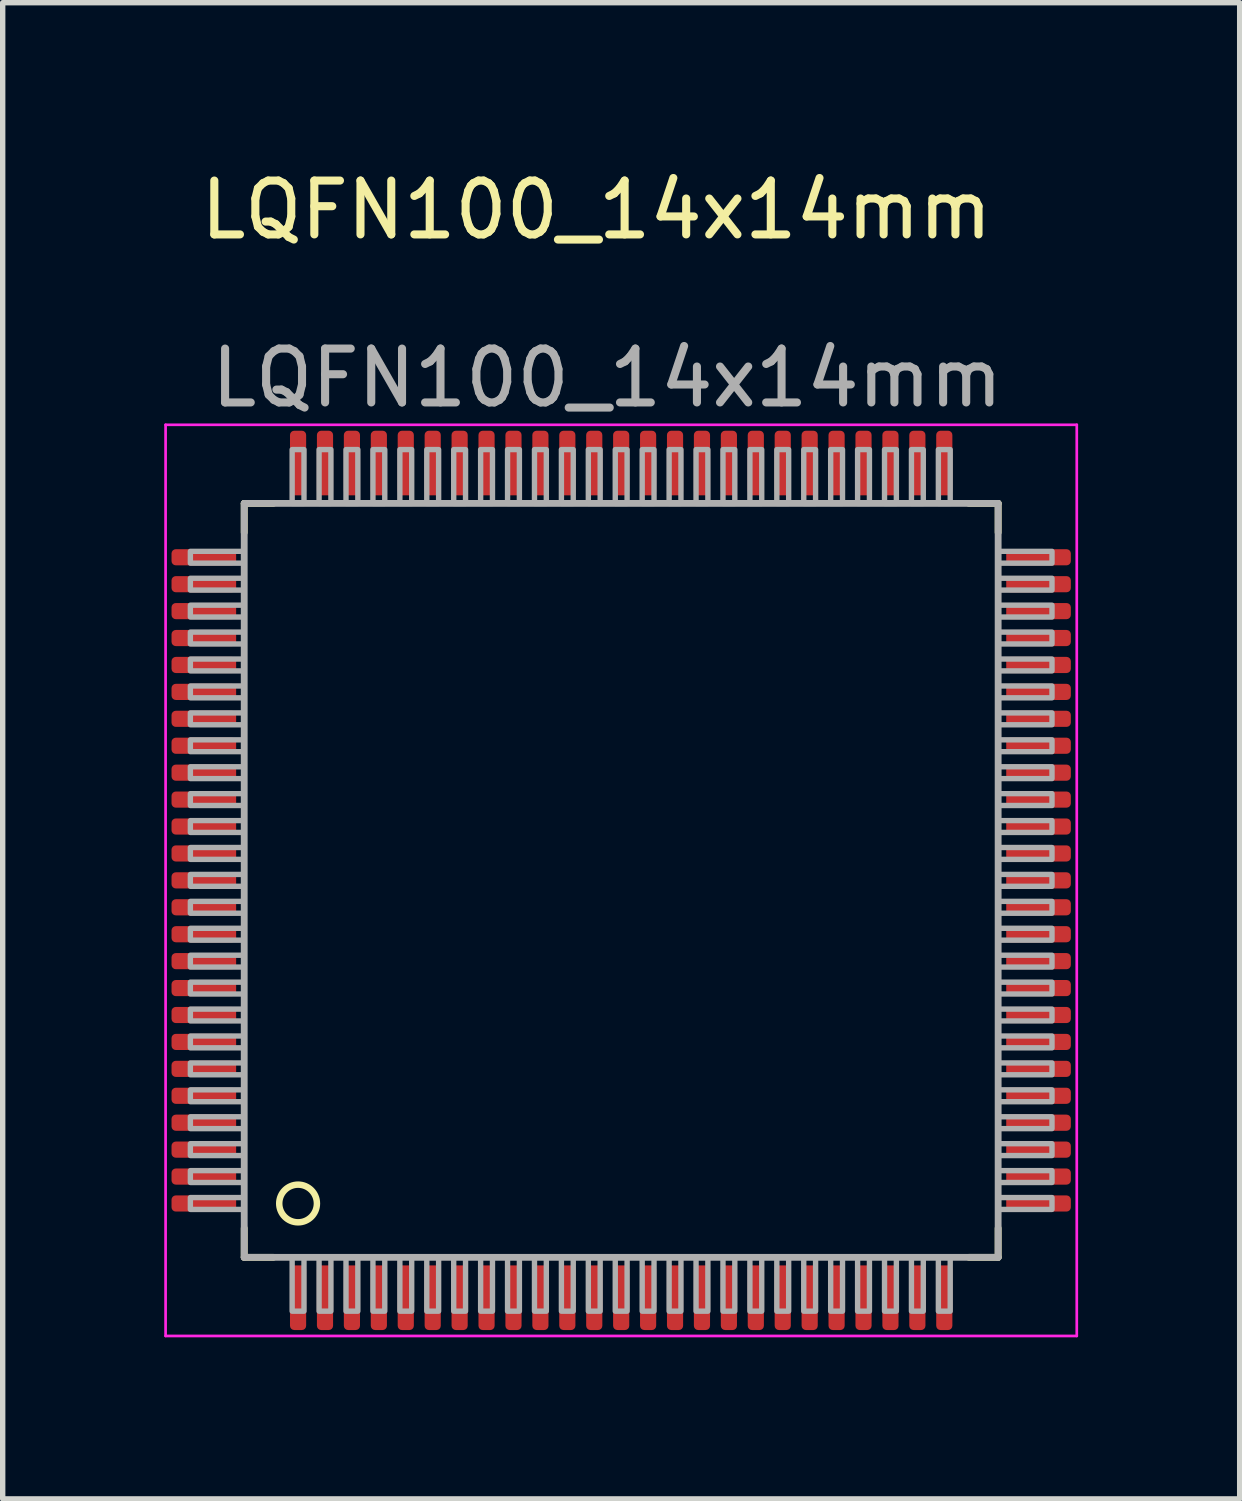
<source format=kicad_pcb>
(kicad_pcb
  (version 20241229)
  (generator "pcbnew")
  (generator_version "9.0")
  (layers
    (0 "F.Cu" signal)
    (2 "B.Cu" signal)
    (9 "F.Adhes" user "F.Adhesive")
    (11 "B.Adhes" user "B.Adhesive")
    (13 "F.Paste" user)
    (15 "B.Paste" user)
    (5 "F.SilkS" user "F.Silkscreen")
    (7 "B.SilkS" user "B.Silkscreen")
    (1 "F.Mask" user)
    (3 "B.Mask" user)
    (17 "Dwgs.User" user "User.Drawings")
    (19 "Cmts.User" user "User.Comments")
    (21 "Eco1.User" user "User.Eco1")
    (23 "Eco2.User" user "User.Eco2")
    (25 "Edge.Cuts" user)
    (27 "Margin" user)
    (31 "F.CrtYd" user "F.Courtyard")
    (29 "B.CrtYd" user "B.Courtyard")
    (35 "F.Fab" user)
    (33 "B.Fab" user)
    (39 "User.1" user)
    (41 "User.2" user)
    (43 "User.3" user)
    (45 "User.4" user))
  (footprint "LQFN100_14x14mm"
    (layer "F.Cu")
    (at 8.485 13.298)
    (property "Reference" "LQFN100_14x14mm" (at -0.46 -12.45 0) (unlocked yes) (layer "F.SilkS") (effects (font (size 1 1) (thickness 0.15))))
    (attr smd)
    (fp_line (start -7 -7) (end -7 -6.46) (stroke (width 0.127) (type solid)) (layer "F.SilkS"))
    (fp_line (start -7 -7) (end -6.46 -7) (stroke (width 0.127) (type solid)) (layer "F.SilkS"))
    (fp_line (start -7 7) (end -7 6.46) (stroke (width 0.127) (type solid)) (layer "F.SilkS"))
    (fp_line (start -7 7) (end -6.46 7) (stroke (width 0.127) (type solid)) (layer "F.SilkS"))
    (fp_line (start 7 -7) (end 6.46 -7) (stroke (width 0.127) (type solid)) (layer "F.SilkS"))
    (fp_line (start 7 -7) (end 7 -6.46) (stroke (width 0.127) (type solid)) (layer "F.SilkS"))
    (fp_line (start 7 7) (end 6.46 7) (stroke (width 0.127) (type solid)) (layer "F.SilkS"))
    (fp_line (start 7 7) (end 7 6.46) (stroke (width 0.127) (type solid)) (layer "F.SilkS"))
    (fp_circle (center -6 6) (end -6 6.35) (stroke (width 0.12) (type solid)) (fill no) (layer "F.SilkS"))
    (fp_line (start -8.46 -8.46) (end 8.46 -8.46) (stroke (width 0.05) (type solid)) (layer "F.CrtYd"))
    (fp_line (start -8.46 8.46) (end -8.46 -8.46) (stroke (width 0.05) (type solid)) (layer "F.CrtYd"))
    (fp_line (start -8.46 8.46) (end 8.46 8.46) (stroke (width 0.05) (type solid)) (layer "F.CrtYd"))
    (fp_line (start 8.46 8.46) (end 8.46 -8.46) (stroke (width 0.05) (type solid)) (layer "F.CrtYd"))
    (fp_line (start -7 7) (end -7 -7) (stroke (width 0.127) (type solid)) (layer "F.Fab"))
    (fp_line (start 7 -7) (end -7 -7) (stroke (width 0.127) (type solid)) (layer "F.Fab"))
    (fp_line (start 7 7) (end -7 7) (stroke (width 0.127) (type solid)) (layer "F.Fab"))
    (fp_line (start 7 7) (end 7 -7) (stroke (width 0.127) (type solid)) (layer "F.Fab"))
    (fp_poly (pts (xy -8 -6.11) (xy -8 -5.89) (xy -7 -5.89) (xy -7 -6.11)) (stroke (width 0.1) (type solid)) (fill no) (layer "F.Fab"))
    (fp_poly (pts (xy -8 -5.61) (xy -8 -5.39) (xy -7 -5.39) (xy -7 -5.61)) (stroke (width 0.1) (type solid)) (fill no) (layer "F.Fab"))
    (fp_poly (pts (xy -8 -5.11) (xy -8 -4.89) (xy -7 -4.89) (xy -7 -5.11)) (stroke (width 0.1) (type solid)) (fill no) (layer "F.Fab"))
    (fp_poly (pts (xy -8 -4.61) (xy -8 -4.39) (xy -7 -4.39) (xy -7 -4.61)) (stroke (width 0.1) (type solid)) (fill no) (layer "F.Fab"))
    (fp_poly (pts (xy -8 -4.11) (xy -8 -3.89) (xy -7 -3.89) (xy -7 -4.11)) (stroke (width 0.1) (type solid)) (fill no) (layer "F.Fab"))
    (fp_poly (pts (xy -8 -3.61) (xy -8 -3.39) (xy -7 -3.39) (xy -7 -3.61)) (stroke (width 0.1) (type solid)) (fill no) (layer "F.Fab"))
    (fp_poly (pts (xy -8 -3.11) (xy -8 -2.89) (xy -7 -2.89) (xy -7 -3.11)) (stroke (width 0.1) (type solid)) (fill no) (layer "F.Fab"))
    (fp_poly (pts (xy -8 -2.61) (xy -8 -2.39) (xy -7 -2.39) (xy -7 -2.61)) (stroke (width 0.1) (type solid)) (fill no) (layer "F.Fab"))
    (fp_poly (pts (xy -8 -2.11) (xy -8 -1.89) (xy -7 -1.89) (xy -7 -2.11)) (stroke (width 0.1) (type solid)) (fill no) (layer "F.Fab"))
    (fp_poly (pts (xy -8 -1.61) (xy -8 -1.39) (xy -7 -1.39) (xy -7 -1.61)) (stroke (width 0.1) (type solid)) (fill no) (layer "F.Fab"))
    (fp_poly (pts (xy -8 -1.11) (xy -8 -0.89) (xy -7 -0.89) (xy -7 -1.11)) (stroke (width 0.1) (type solid)) (fill no) (layer "F.Fab"))
    (fp_poly (pts (xy -8 -0.61) (xy -8 -0.39) (xy -7 -0.39) (xy -7 -0.61)) (stroke (width 0.1) (type solid)) (fill no) (layer "F.Fab"))
    (fp_poly (pts (xy -8 -0.11) (xy -8 0.11) (xy -7 0.11) (xy -7 -0.11)) (stroke (width 0.1) (type solid)) (fill no) (layer "F.Fab"))
    (fp_poly (pts (xy -8 0.39) (xy -8 0.61) (xy -7 0.61) (xy -7 0.39)) (stroke (width 0.1) (type solid)) (fill no) (layer "F.Fab"))
    (fp_poly (pts (xy -8 0.89) (xy -8 1.11) (xy -7 1.11) (xy -7 0.89)) (stroke (width 0.1) (type solid)) (fill no) (layer "F.Fab"))
    (fp_poly (pts (xy -8 1.39) (xy -8 1.61) (xy -7 1.61) (xy -7 1.39)) (stroke (width 0.1) (type solid)) (fill no) (layer "F.Fab"))
    (fp_poly (pts (xy -8 1.89) (xy -8 2.11) (xy -7 2.11) (xy -7 1.89)) (stroke (width 0.1) (type solid)) (fill no) (layer "F.Fab"))
    (fp_poly (pts (xy -8 2.39) (xy -8 2.61) (xy -7 2.61) (xy -7 2.39)) (stroke (width 0.1) (type solid)) (fill no) (layer "F.Fab"))
    (fp_poly (pts (xy -8 2.89) (xy -8 3.11) (xy -7 3.11) (xy -7 2.89)) (stroke (width 0.1) (type solid)) (fill no) (layer "F.Fab"))
    (fp_poly (pts (xy -8 3.39) (xy -8 3.61) (xy -7 3.61) (xy -7 3.39)) (stroke (width 0.1) (type solid)) (fill no) (layer "F.Fab"))
    (fp_poly (pts (xy -8 3.89) (xy -8 4.11) (xy -7 4.11) (xy -7 3.89)) (stroke (width 0.1) (type solid)) (fill no) (layer "F.Fab"))
    (fp_poly (pts (xy -8 4.39) (xy -8 4.61) (xy -7 4.61) (xy -7 4.39)) (stroke (width 0.1) (type solid)) (fill no) (layer "F.Fab"))
    (fp_poly (pts (xy -8 4.89) (xy -8 5.11) (xy -7 5.11) (xy -7 4.89)) (stroke (width 0.1) (type solid)) (fill no) (layer "F.Fab"))
    (fp_poly (pts (xy -8 5.39) (xy -8 5.61) (xy -7 5.61) (xy -7 5.39)) (stroke (width 0.1) (type solid)) (fill no) (layer "F.Fab"))
    (fp_poly (pts (xy -8 5.89) (xy -8 6.11) (xy -7 6.11) (xy -7 5.89)) (stroke (width 0.1) (type solid)) (fill no) (layer "F.Fab"))
    (fp_poly (pts (xy -6.11 8) (xy -5.89 8) (xy -5.89 7) (xy -6.11 7)) (stroke (width 0.1) (type solid)) (fill no) (layer "F.Fab"))
    (fp_poly (pts (xy -5.89 -8) (xy -6.11 -8) (xy -6.11 -7) (xy -5.89 -7)) (stroke (width 0.1) (type solid)) (fill no) (layer "F.Fab"))
    (fp_poly (pts (xy -5.61 8) (xy -5.39 8) (xy -5.39 7) (xy -5.61 7)) (stroke (width 0.1) (type solid)) (fill no) (layer "F.Fab"))
    (fp_poly (pts (xy -5.39 -8) (xy -5.61 -8) (xy -5.61 -7) (xy -5.39 -7)) (stroke (width 0.1) (type solid)) (fill no) (layer "F.Fab"))
    (fp_poly (pts (xy -5.11 8) (xy -4.89 8) (xy -4.89 7) (xy -5.11 7)) (stroke (width 0.1) (type solid)) (fill no) (layer "F.Fab"))
    (fp_poly (pts (xy -4.89 -8) (xy -5.11 -8) (xy -5.11 -7) (xy -4.89 -7)) (stroke (width 0.1) (type solid)) (fill no) (layer "F.Fab"))
    (fp_poly (pts (xy -4.61 8) (xy -4.39 8) (xy -4.39 7) (xy -4.61 7)) (stroke (width 0.1) (type solid)) (fill no) (layer "F.Fab"))
    (fp_poly (pts (xy -4.39 -8) (xy -4.61 -8) (xy -4.61 -7) (xy -4.39 -7)) (stroke (width 0.1) (type solid)) (fill no) (layer "F.Fab"))
    (fp_poly (pts (xy -4.11 8) (xy -3.89 8) (xy -3.89 7) (xy -4.11 7)) (stroke (width 0.1) (type solid)) (fill no) (layer "F.Fab"))
    (fp_poly (pts (xy -3.89 -8) (xy -4.11 -8) (xy -4.11 -7) (xy -3.89 -7)) (stroke (width 0.1) (type solid)) (fill no) (layer "F.Fab"))
    (fp_poly (pts (xy -3.61 8) (xy -3.39 8) (xy -3.39 7) (xy -3.61 7)) (stroke (width 0.1) (type solid)) (fill no) (layer "F.Fab"))
    (fp_poly (pts (xy -3.39 -8) (xy -3.61 -8) (xy -3.61 -7) (xy -3.39 -7)) (stroke (width 0.1) (type solid)) (fill no) (layer "F.Fab"))
    (fp_poly (pts (xy -3.11 8) (xy -2.89 8) (xy -2.89 7) (xy -3.11 7)) (stroke (width 0.1) (type solid)) (fill no) (layer "F.Fab"))
    (fp_poly (pts (xy -2.89 -8) (xy -3.11 -8) (xy -3.11 -7) (xy -2.89 -7)) (stroke (width 0.1) (type solid)) (fill no) (layer "F.Fab"))
    (fp_poly (pts (xy -2.61 8) (xy -2.39 8) (xy -2.39 7) (xy -2.61 7)) (stroke (width 0.1) (type solid)) (fill no) (layer "F.Fab"))
    (fp_poly (pts (xy -2.39 -8) (xy -2.61 -8) (xy -2.61 -7) (xy -2.39 -7)) (stroke (width 0.1) (type solid)) (fill no) (layer "F.Fab"))
    (fp_poly (pts (xy -2.11 8) (xy -1.89 8) (xy -1.89 7) (xy -2.11 7)) (stroke (width 0.1) (type solid)) (fill no) (layer "F.Fab"))
    (fp_poly (pts (xy -1.89 -8) (xy -2.11 -8) (xy -2.11 -7) (xy -1.89 -7)) (stroke (width 0.1) (type solid)) (fill no) (layer "F.Fab"))
    (fp_poly (pts (xy -1.61 8) (xy -1.39 8) (xy -1.39 7) (xy -1.61 7)) (stroke (width 0.1) (type solid)) (fill no) (layer "F.Fab"))
    (fp_poly (pts (xy -1.39 -8) (xy -1.61 -8) (xy -1.61 -7) (xy -1.39 -7)) (stroke (width 0.1) (type solid)) (fill no) (layer "F.Fab"))
    (fp_poly (pts (xy -1.11 8) (xy -0.89 8) (xy -0.89 7) (xy -1.11 7)) (stroke (width 0.1) (type solid)) (fill no) (layer "F.Fab"))
    (fp_poly (pts (xy -0.89 -8) (xy -1.11 -8) (xy -1.11 -7) (xy -0.89 -7)) (stroke (width 0.1) (type solid)) (fill no) (layer "F.Fab"))
    (fp_poly (pts (xy -0.61 8) (xy -0.39 8) (xy -0.39 7) (xy -0.61 7)) (stroke (width 0.1) (type solid)) (fill no) (layer "F.Fab"))
    (fp_poly (pts (xy -0.39 -8) (xy -0.61 -8) (xy -0.61 -7) (xy -0.39 -7)) (stroke (width 0.1) (type solid)) (fill no) (layer "F.Fab"))
    (fp_poly (pts (xy -0.11 8) (xy 0.11 8) (xy 0.11 7) (xy -0.11 7)) (stroke (width 0.1) (type solid)) (fill no) (layer "F.Fab"))
    (fp_poly (pts (xy 0.11 -8) (xy -0.11 -8) (xy -0.11 -7) (xy 0.11 -7)) (stroke (width 0.1) (type solid)) (fill no) (layer "F.Fab"))
    (fp_poly (pts (xy 0.39 8) (xy 0.61 8) (xy 0.61 7) (xy 0.39 7)) (stroke (width 0.1) (type solid)) (fill no) (layer "F.Fab"))
    (fp_poly (pts (xy 0.61 -8) (xy 0.39 -8) (xy 0.39 -7) (xy 0.61 -7)) (stroke (width 0.1) (type solid)) (fill no) (layer "F.Fab"))
    (fp_poly (pts (xy 0.89 8) (xy 1.11 8) (xy 1.11 7) (xy 0.89 7)) (stroke (width 0.1) (type solid)) (fill no) (layer "F.Fab"))
    (fp_poly (pts (xy 1.11 -8) (xy 0.89 -8) (xy 0.89 -7) (xy 1.11 -7)) (stroke (width 0.1) (type solid)) (fill no) (layer "F.Fab"))
    (fp_poly (pts (xy 1.39 8) (xy 1.61 8) (xy 1.61 7) (xy 1.39 7)) (stroke (width 0.1) (type solid)) (fill no) (layer "F.Fab"))
    (fp_poly (pts (xy 1.61 -8) (xy 1.39 -8) (xy 1.39 -7) (xy 1.61 -7)) (stroke (width 0.1) (type solid)) (fill no) (layer "F.Fab"))
    (fp_poly (pts (xy 1.89 8) (xy 2.11 8) (xy 2.11 7) (xy 1.89 7)) (stroke (width 0.1) (type solid)) (fill no) (layer "F.Fab"))
    (fp_poly (pts (xy 2.11 -8) (xy 1.89 -8) (xy 1.89 -7) (xy 2.11 -7)) (stroke (width 0.1) (type solid)) (fill no) (layer "F.Fab"))
    (fp_poly (pts (xy 2.39 8) (xy 2.61 8) (xy 2.61 7) (xy 2.39 7)) (stroke (width 0.1) (type solid)) (fill no) (layer "F.Fab"))
    (fp_poly (pts (xy 2.61 -8) (xy 2.39 -8) (xy 2.39 -7) (xy 2.61 -7)) (stroke (width 0.1) (type solid)) (fill no) (layer "F.Fab"))
    (fp_poly (pts (xy 2.89 8) (xy 3.11 8) (xy 3.11 7) (xy 2.89 7)) (stroke (width 0.1) (type solid)) (fill no) (layer "F.Fab"))
    (fp_poly (pts (xy 3.11 -8) (xy 2.89 -8) (xy 2.89 -7) (xy 3.11 -7)) (stroke (width 0.1) (type solid)) (fill no) (layer "F.Fab"))
    (fp_poly (pts (xy 3.39 8) (xy 3.61 8) (xy 3.61 7) (xy 3.39 7)) (stroke (width 0.1) (type solid)) (fill no) (layer "F.Fab"))
    (fp_poly (pts (xy 3.61 -8) (xy 3.39 -8) (xy 3.39 -7) (xy 3.61 -7)) (stroke (width 0.1) (type solid)) (fill no) (layer "F.Fab"))
    (fp_poly (pts (xy 3.89 8) (xy 4.11 8) (xy 4.11 7) (xy 3.89 7)) (stroke (width 0.1) (type solid)) (fill no) (layer "F.Fab"))
    (fp_poly (pts (xy 4.11 -8) (xy 3.89 -8) (xy 3.89 -7) (xy 4.11 -7)) (stroke (width 0.1) (type solid)) (fill no) (layer "F.Fab"))
    (fp_poly (pts (xy 4.39 8) (xy 4.61 8) (xy 4.61 7) (xy 4.39 7)) (stroke (width 0.1) (type solid)) (fill no) (layer "F.Fab"))
    (fp_poly (pts (xy 4.61 -8) (xy 4.39 -8) (xy 4.39 -7) (xy 4.61 -7)) (stroke (width 0.1) (type solid)) (fill no) (layer "F.Fab"))
    (fp_poly (pts (xy 4.89 8) (xy 5.11 8) (xy 5.11 7) (xy 4.89 7)) (stroke (width 0.1) (type solid)) (fill no) (layer "F.Fab"))
    (fp_poly (pts (xy 5.11 -8) (xy 4.89 -8) (xy 4.89 -7) (xy 5.11 -7)) (stroke (width 0.1) (type solid)) (fill no) (layer "F.Fab"))
    (fp_poly (pts (xy 5.39 8) (xy 5.61 8) (xy 5.61 7) (xy 5.39 7)) (stroke (width 0.1) (type solid)) (fill no) (layer "F.Fab"))
    (fp_poly (pts (xy 5.61 -8) (xy 5.39 -8) (xy 5.39 -7) (xy 5.61 -7)) (stroke (width 0.1) (type solid)) (fill no) (layer "F.Fab"))
    (fp_poly (pts (xy 5.89 8) (xy 6.11 8) (xy 6.11 7) (xy 5.89 7)) (stroke (width 0.1) (type solid)) (fill no) (layer "F.Fab"))
    (fp_poly (pts (xy 6.11 -8) (xy 5.89 -8) (xy 5.89 -7) (xy 6.11 -7)) (stroke (width 0.1) (type solid)) (fill no) (layer "F.Fab"))
    (fp_poly (pts (xy 8 -5.89) (xy 8 -6.11) (xy 7 -6.11) (xy 7 -5.89)) (stroke (width 0.1) (type solid)) (fill no) (layer "F.Fab"))
    (fp_poly (pts (xy 8 -5.39) (xy 8 -5.61) (xy 7 -5.61) (xy 7 -5.39)) (stroke (width 0.1) (type solid)) (fill no) (layer "F.Fab"))
    (fp_poly (pts (xy 8 -4.89) (xy 8 -5.11) (xy 7 -5.11) (xy 7 -4.89)) (stroke (width 0.1) (type solid)) (fill no) (layer "F.Fab"))
    (fp_poly (pts (xy 8 -4.39) (xy 8 -4.61) (xy 7 -4.61) (xy 7 -4.39)) (stroke (width 0.1) (type solid)) (fill no) (layer "F.Fab"))
    (fp_poly (pts (xy 8 -3.89) (xy 8 -4.11) (xy 7 -4.11) (xy 7 -3.89)) (stroke (width 0.1) (type solid)) (fill no) (layer "F.Fab"))
    (fp_poly (pts (xy 8 -3.39) (xy 8 -3.61) (xy 7 -3.61) (xy 7 -3.39)) (stroke (width 0.1) (type solid)) (fill no) (layer "F.Fab"))
    (fp_poly (pts (xy 8 -2.89) (xy 8 -3.11) (xy 7 -3.11) (xy 7 -2.89)) (stroke (width 0.1) (type solid)) (fill no) (layer "F.Fab"))
    (fp_poly (pts (xy 8 -2.39) (xy 8 -2.61) (xy 7 -2.61) (xy 7 -2.39)) (stroke (width 0.1) (type solid)) (fill no) (layer "F.Fab"))
    (fp_poly (pts (xy 8 -1.89) (xy 8 -2.11) (xy 7 -2.11) (xy 7 -1.89)) (stroke (width 0.1) (type solid)) (fill no) (layer "F.Fab"))
    (fp_poly (pts (xy 8 -1.39) (xy 8 -1.61) (xy 7 -1.61) (xy 7 -1.39)) (stroke (width 0.1) (type solid)) (fill no) (layer "F.Fab"))
    (fp_poly (pts (xy 8 -0.89) (xy 8 -1.11) (xy 7 -1.11) (xy 7 -0.89)) (stroke (width 0.1) (type solid)) (fill no) (layer "F.Fab"))
    (fp_poly (pts (xy 8 -0.39) (xy 8 -0.61) (xy 7 -0.61) (xy 7 -0.39)) (stroke (width 0.1) (type solid)) (fill no) (layer "F.Fab"))
    (fp_poly (pts (xy 8 0.11) (xy 8 -0.11) (xy 7 -0.11) (xy 7 0.11)) (stroke (width 0.1) (type solid)) (fill no) (layer "F.Fab"))
    (fp_poly (pts (xy 8 0.61) (xy 8 0.39) (xy 7 0.39) (xy 7 0.61)) (stroke (width 0.1) (type solid)) (fill no) (layer "F.Fab"))
    (fp_poly (pts (xy 8 1.11) (xy 8 0.89) (xy 7 0.89) (xy 7 1.11)) (stroke (width 0.1) (type solid)) (fill no) (layer "F.Fab"))
    (fp_poly (pts (xy 8 1.61) (xy 8 1.39) (xy 7 1.39) (xy 7 1.61)) (stroke (width 0.1) (type solid)) (fill no) (layer "F.Fab"))
    (fp_poly (pts (xy 8 2.11) (xy 8 1.89) (xy 7 1.89) (xy 7 2.11)) (stroke (width 0.1) (type solid)) (fill no) (layer "F.Fab"))
    (fp_poly (pts (xy 8 2.61) (xy 8 2.39) (xy 7 2.39) (xy 7 2.61)) (stroke (width 0.1) (type solid)) (fill no) (layer "F.Fab"))
    (fp_poly (pts (xy 8 3.11) (xy 8 2.89) (xy 7 2.89) (xy 7 3.11)) (stroke (width 0.1) (type solid)) (fill no) (layer "F.Fab"))
    (fp_poly (pts (xy 8 3.61) (xy 8 3.39) (xy 7 3.39) (xy 7 3.61)) (stroke (width 0.1) (type solid)) (fill no) (layer "F.Fab"))
    (fp_poly (pts (xy 8 4.11) (xy 8 3.89) (xy 7 3.89) (xy 7 4.11)) (stroke (width 0.1) (type solid)) (fill no) (layer "F.Fab"))
    (fp_poly (pts (xy 8 4.61) (xy 8 4.39) (xy 7 4.39) (xy 7 4.61)) (stroke (width 0.1) (type solid)) (fill no) (layer "F.Fab"))
    (fp_poly (pts (xy 8 5.11) (xy 8 4.89) (xy 7 4.89) (xy 7 5.11)) (stroke (width 0.1) (type solid)) (fill no) (layer "F.Fab"))
    (fp_poly (pts (xy 8 5.61) (xy 8 5.39) (xy 7 5.39) (xy 7 5.61)) (stroke (width 0.1) (type solid)) (fill no) (layer "F.Fab"))
    (fp_poly (pts (xy 8 6.11) (xy 8 5.89) (xy 7 5.89) (xy 7 6.11)) (stroke (width 0.1) (type solid)) (fill no) (layer "F.Fab"))
    (fp_text user "${REFERENCE}" (at -0.26 -9.33 0) (unlocked yes) (layer "F.Fab") (effects (font (size 1 1) (thickness 0.15))))
    (pad "1" smd roundrect (at -6 7.75 270) (size 1.2 0.3) (layers "F.Cu" "F.Mask" "F.Paste") (roundrect_rratio 0.265))
    (pad "2" smd roundrect (at -5.5 7.75 270) (size 1.2 0.3) (layers "F.Cu" "F.Mask" "F.Paste") (roundrect_rratio 0.265))
    (pad "3" smd roundrect (at -5 7.75 270) (size 1.2 0.3) (layers "F.Cu" "F.Mask" "F.Paste") (roundrect_rratio 0.265))
    (pad "4" smd roundrect (at -4.5 7.75 270) (size 1.2 0.3) (layers "F.Cu" "F.Mask" "F.Paste") (roundrect_rratio 0.265))
    (pad "5" smd roundrect (at -4 7.75 270) (size 1.2 0.3) (layers "F.Cu" "F.Mask" "F.Paste") (roundrect_rratio 0.265))
    (pad "6" smd roundrect (at -3.5 7.75 270) (size 1.2 0.3) (layers "F.Cu" "F.Mask" "F.Paste") (roundrect_rratio 0.265))
    (pad "7" smd roundrect (at -3 7.75 270) (size 1.2 0.3) (layers "F.Cu" "F.Mask" "F.Paste") (roundrect_rratio 0.265))
    (pad "8" smd roundrect (at -2.5 7.75 270) (size 1.2 0.3) (layers "F.Cu" "F.Mask" "F.Paste") (roundrect_rratio 0.265))
    (pad "9" smd roundrect (at -2 7.75 270) (size 1.2 0.3) (layers "F.Cu" "F.Mask" "F.Paste") (roundrect_rratio 0.265))
    (pad "10" smd roundrect (at -1.5 7.75 270) (size 1.2 0.3) (layers "F.Cu" "F.Mask" "F.Paste") (roundrect_rratio 0.265))
    (pad "11" smd roundrect (at -1 7.75 270) (size 1.2 0.3) (layers "F.Cu" "F.Mask" "F.Paste") (roundrect_rratio 0.265))
    (pad "12" smd roundrect (at -0.5 7.75 270) (size 1.2 0.3) (layers "F.Cu" "F.Mask" "F.Paste") (roundrect_rratio 0.265))
    (pad "13" smd roundrect (at 0 7.75 270) (size 1.2 0.3) (layers "F.Cu" "F.Mask" "F.Paste") (roundrect_rratio 0.265))
    (pad "14" smd roundrect (at 0.5 7.75 270) (size 1.2 0.3) (layers "F.Cu" "F.Mask" "F.Paste") (roundrect_rratio 0.265))
    (pad "15" smd roundrect (at 1 7.75 270) (size 1.2 0.3) (layers "F.Cu" "F.Mask" "F.Paste") (roundrect_rratio 0.265))
    (pad "16" smd roundrect (at 1.5 7.75 270) (size 1.2 0.3) (layers "F.Cu" "F.Mask" "F.Paste") (roundrect_rratio 0.265))
    (pad "17" smd roundrect (at 2 7.75 270) (size 1.2 0.3) (layers "F.Cu" "F.Mask" "F.Paste") (roundrect_rratio 0.265))
    (pad "18" smd roundrect (at 2.5 7.75 270) (size 1.2 0.3) (layers "F.Cu" "F.Mask" "F.Paste") (roundrect_rratio 0.265))
    (pad "19" smd roundrect (at 3 7.75 270) (size 1.2 0.3) (layers "F.Cu" "F.Mask" "F.Paste") (roundrect_rratio 0.265))
    (pad "20" smd roundrect (at 3.5 7.75 270) (size 1.2 0.3) (layers "F.Cu" "F.Mask" "F.Paste") (roundrect_rratio 0.265))
    (pad "21" smd roundrect (at 4 7.75 270) (size 1.2 0.3) (layers "F.Cu" "F.Mask" "F.Paste") (roundrect_rratio 0.265))
    (pad "22" smd roundrect (at 4.5 7.75 270) (size 1.2 0.3) (layers "F.Cu" "F.Mask" "F.Paste") (roundrect_rratio 0.265))
    (pad "23" smd roundrect (at 5 7.75 270) (size 1.2 0.3) (layers "F.Cu" "F.Mask" "F.Paste") (roundrect_rratio 0.265))
    (pad "24" smd roundrect (at 5.5 7.75 270) (size 1.2 0.3) (layers "F.Cu" "F.Mask" "F.Paste") (roundrect_rratio 0.265))
    (pad "25" smd roundrect (at 6 7.75 270) (size 1.2 0.3) (layers "F.Cu" "F.Mask" "F.Paste") (roundrect_rratio 0.265))
    (pad "26" smd roundrect (at 7.75 6) (size 1.2 0.3) (layers "F.Cu" "F.Mask" "F.Paste") (roundrect_rratio 0.265))
    (pad "27" smd roundrect (at 7.75 5.5) (size 1.2 0.3) (layers "F.Cu" "F.Mask" "F.Paste") (roundrect_rratio 0.265))
    (pad "28" smd roundrect (at 7.75 5) (size 1.2 0.3) (layers "F.Cu" "F.Mask" "F.Paste") (roundrect_rratio 0.265))
    (pad "29" smd roundrect (at 7.75 4.5) (size 1.2 0.3) (layers "F.Cu" "F.Mask" "F.Paste") (roundrect_rratio 0.265))
    (pad "30" smd roundrect (at 7.75 4) (size 1.2 0.3) (layers "F.Cu" "F.Mask" "F.Paste") (roundrect_rratio 0.265))
    (pad "31" smd roundrect (at 7.75 3.5) (size 1.2 0.3) (layers "F.Cu" "F.Mask" "F.Paste") (roundrect_rratio 0.265))
    (pad "32" smd roundrect (at 7.75 3) (size 1.2 0.3) (layers "F.Cu" "F.Mask" "F.Paste") (roundrect_rratio 0.265))
    (pad "33" smd roundrect (at 7.75 2.5) (size 1.2 0.3) (layers "F.Cu" "F.Mask" "F.Paste") (roundrect_rratio 0.265))
    (pad "34" smd roundrect (at 7.75 2) (size 1.2 0.3) (layers "F.Cu" "F.Mask" "F.Paste") (roundrect_rratio 0.265))
    (pad "35" smd roundrect (at 7.75 1.5) (size 1.2 0.3) (layers "F.Cu" "F.Mask" "F.Paste") (roundrect_rratio 0.265))
    (pad "36" smd roundrect (at 7.75 1) (size 1.2 0.3) (layers "F.Cu" "F.Mask" "F.Paste") (roundrect_rratio 0.265))
    (pad "37" smd roundrect (at 7.75 0.5) (size 1.2 0.3) (layers "F.Cu" "F.Mask" "F.Paste") (roundrect_rratio 0.265))
    (pad "38" smd roundrect (at 7.75 0) (size 1.2 0.3) (layers "F.Cu" "F.Mask" "F.Paste") (roundrect_rratio 0.265))
    (pad "39" smd roundrect (at 7.75 -0.5) (size 1.2 0.3) (layers "F.Cu" "F.Mask" "F.Paste") (roundrect_rratio 0.265))
    (pad "40" smd roundrect (at 7.75 -1) (size 1.2 0.3) (layers "F.Cu" "F.Mask" "F.Paste") (roundrect_rratio 0.265))
    (pad "41" smd roundrect (at 7.75 -1.5) (size 1.2 0.3) (layers "F.Cu" "F.Mask" "F.Paste") (roundrect_rratio 0.265))
    (pad "42" smd roundrect (at 7.75 -2) (size 1.2 0.3) (layers "F.Cu" "F.Mask" "F.Paste") (roundrect_rratio 0.265))
    (pad "43" smd roundrect (at 7.75 -2.5) (size 1.2 0.3) (layers "F.Cu" "F.Mask" "F.Paste") (roundrect_rratio 0.265))
    (pad "44" smd roundrect (at 7.75 -3) (size 1.2 0.3) (layers "F.Cu" "F.Mask" "F.Paste") (roundrect_rratio 0.265))
    (pad "45" smd roundrect (at 7.75 -3.5) (size 1.2 0.3) (layers "F.Cu" "F.Mask" "F.Paste") (roundrect_rratio 0.265))
    (pad "46" smd roundrect (at 7.75 -4) (size 1.2 0.3) (layers "F.Cu" "F.Mask" "F.Paste") (roundrect_rratio 0.265))
    (pad "47" smd roundrect (at 7.75 -4.5) (size 1.2 0.3) (layers "F.Cu" "F.Mask" "F.Paste") (roundrect_rratio 0.265))
    (pad "48" smd roundrect (at 7.75 -5) (size 1.2 0.3) (layers "F.Cu" "F.Mask" "F.Paste") (roundrect_rratio 0.265))
    (pad "49" smd roundrect (at 7.75 -5.5) (size 1.2 0.3) (layers "F.Cu" "F.Mask" "F.Paste") (roundrect_rratio 0.265))
    (pad "50" smd roundrect (at 7.75 -6) (size 1.2 0.3) (layers "F.Cu" "F.Mask" "F.Paste") (roundrect_rratio 0.265))
    (pad "51" smd roundrect (at 6 -7.75 90) (size 1.2 0.3) (layers "F.Cu" "F.Mask" "F.Paste") (roundrect_rratio 0.265))
    (pad "52" smd roundrect (at 5.5 -7.75 90) (size 1.2 0.3) (layers "F.Cu" "F.Mask" "F.Paste") (roundrect_rratio 0.265))
    (pad "53" smd roundrect (at 5 -7.75 90) (size 1.2 0.3) (layers "F.Cu" "F.Mask" "F.Paste") (roundrect_rratio 0.265))
    (pad "54" smd roundrect (at 4.5 -7.75 90) (size 1.2 0.3) (layers "F.Cu" "F.Mask" "F.Paste") (roundrect_rratio 0.265))
    (pad "55" smd roundrect (at 4 -7.75 90) (size 1.2 0.3) (layers "F.Cu" "F.Mask" "F.Paste") (roundrect_rratio 0.265))
    (pad "56" smd roundrect (at 3.5 -7.75 90) (size 1.2 0.3) (layers "F.Cu" "F.Mask" "F.Paste") (roundrect_rratio 0.265))
    (pad "57" smd roundrect (at 3 -7.75 90) (size 1.2 0.3) (layers "F.Cu" "F.Mask" "F.Paste") (roundrect_rratio 0.265))
    (pad "58" smd roundrect (at 2.5 -7.75 90) (size 1.2 0.3) (layers "F.Cu" "F.Mask" "F.Paste") (roundrect_rratio 0.265))
    (pad "59" smd roundrect (at 2 -7.75 90) (size 1.2 0.3) (layers "F.Cu" "F.Mask" "F.Paste") (roundrect_rratio 0.265))
    (pad "60" smd roundrect (at 1.5 -7.75 90) (size 1.2 0.3) (layers "F.Cu" "F.Mask" "F.Paste") (roundrect_rratio 0.265))
    (pad "61" smd roundrect (at 1 -7.75 90) (size 1.2 0.3) (layers "F.Cu" "F.Mask" "F.Paste") (roundrect_rratio 0.265))
    (pad "62" smd roundrect (at 0.5 -7.75 90) (size 1.2 0.3) (layers "F.Cu" "F.Mask" "F.Paste") (roundrect_rratio 0.265))
    (pad "63" smd roundrect (at 0 -7.75 90) (size 1.2 0.3) (layers "F.Cu" "F.Mask" "F.Paste") (roundrect_rratio 0.265))
    (pad "64" smd roundrect (at -0.5 -7.75 90) (size 1.2 0.3) (layers "F.Cu" "F.Mask" "F.Paste") (roundrect_rratio 0.265))
    (pad "65" smd roundrect (at -1 -7.75 90) (size 1.2 0.3) (layers "F.Cu" "F.Mask" "F.Paste") (roundrect_rratio 0.265))
    (pad "66" smd roundrect (at -1.5 -7.75 90) (size 1.2 0.3) (layers "F.Cu" "F.Mask" "F.Paste") (roundrect_rratio 0.265))
    (pad "67" smd roundrect (at -2 -7.75 90) (size 1.2 0.3) (layers "F.Cu" "F.Mask" "F.Paste") (roundrect_rratio 0.265))
    (pad "68" smd roundrect (at -2.5 -7.75 90) (size 1.2 0.3) (layers "F.Cu" "F.Mask" "F.Paste") (roundrect_rratio 0.265))
    (pad "69" smd roundrect (at -3 -7.75 90) (size 1.2 0.3) (layers "F.Cu" "F.Mask" "F.Paste") (roundrect_rratio 0.265))
    (pad "70" smd roundrect (at -3.5 -7.75 90) (size 1.2 0.3) (layers "F.Cu" "F.Mask" "F.Paste") (roundrect_rratio 0.265))
    (pad "71" smd roundrect (at -4 -7.75 90) (size 1.2 0.3) (layers "F.Cu" "F.Mask" "F.Paste") (roundrect_rratio 0.265))
    (pad "72" smd roundrect (at -4.5 -7.75 90) (size 1.2 0.3) (layers "F.Cu" "F.Mask" "F.Paste") (roundrect_rratio 0.265))
    (pad "73" smd roundrect (at -5 -7.75 90) (size 1.2 0.3) (layers "F.Cu" "F.Mask" "F.Paste") (roundrect_rratio 0.265))
    (pad "74" smd roundrect (at -5.5 -7.75 90) (size 1.2 0.3) (layers "F.Cu" "F.Mask" "F.Paste") (roundrect_rratio 0.265))
    (pad "75" smd roundrect (at -6 -7.75 90) (size 1.2 0.3) (layers "F.Cu" "F.Mask" "F.Paste") (roundrect_rratio 0.265))
    (pad "76" smd roundrect (at -7.75 -6 180) (size 1.2 0.3) (layers "F.Cu" "F.Mask" "F.Paste") (roundrect_rratio 0.265))
    (pad "77" smd roundrect (at -7.75 -5.5 180) (size 1.2 0.3) (layers "F.Cu" "F.Mask" "F.Paste") (roundrect_rratio 0.265))
    (pad "78" smd roundrect (at -7.75 -5 180) (size 1.2 0.3) (layers "F.Cu" "F.Mask" "F.Paste") (roundrect_rratio 0.265))
    (pad "79" smd roundrect (at -7.75 -4.5 180) (size 1.2 0.3) (layers "F.Cu" "F.Mask" "F.Paste") (roundrect_rratio 0.265))
    (pad "80" smd roundrect (at -7.75 -4 180) (size 1.2 0.3) (layers "F.Cu" "F.Mask" "F.Paste") (roundrect_rratio 0.265))
    (pad "81" smd roundrect (at -7.75 -3.5 180) (size 1.2 0.3) (layers "F.Cu" "F.Mask" "F.Paste") (roundrect_rratio 0.265))
    (pad "82" smd roundrect (at -7.75 -3 180) (size 1.2 0.3) (layers "F.Cu" "F.Mask" "F.Paste") (roundrect_rratio 0.265))
    (pad "83" smd roundrect (at -7.75 -2.5 180) (size 1.2 0.3) (layers "F.Cu" "F.Mask" "F.Paste") (roundrect_rratio 0.265))
    (pad "84" smd roundrect (at -7.75 -2 180) (size 1.2 0.3) (layers "F.Cu" "F.Mask" "F.Paste") (roundrect_rratio 0.265))
    (pad "85" smd roundrect (at -7.75 -1.5 180) (size 1.2 0.3) (layers "F.Cu" "F.Mask" "F.Paste") (roundrect_rratio 0.265))
    (pad "86" smd roundrect (at -7.75 -1 180) (size 1.2 0.3) (layers "F.Cu" "F.Mask" "F.Paste") (roundrect_rratio 0.265))
    (pad "87" smd roundrect (at -7.75 -0.5 180) (size 1.2 0.3) (layers "F.Cu" "F.Mask" "F.Paste") (roundrect_rratio 0.265))
    (pad "88" smd roundrect (at -7.75 0 180) (size 1.2 0.3) (layers "F.Cu" "F.Mask" "F.Paste") (roundrect_rratio 0.265))
    (pad "89" smd roundrect (at -7.75 0.5 180) (size 1.2 0.3) (layers "F.Cu" "F.Mask" "F.Paste") (roundrect_rratio 0.265))
    (pad "90" smd roundrect (at -7.75 1 180) (size 1.2 0.3) (layers "F.Cu" "F.Mask" "F.Paste") (roundrect_rratio 0.265))
    (pad "91" smd roundrect (at -7.75 1.5 180) (size 1.2 0.3) (layers "F.Cu" "F.Mask" "F.Paste") (roundrect_rratio 0.265))
    (pad "92" smd roundrect (at -7.75 2 180) (size 1.2 0.3) (layers "F.Cu" "F.Mask" "F.Paste") (roundrect_rratio 0.265))
    (pad "93" smd roundrect (at -7.75 2.5 180) (size 1.2 0.3) (layers "F.Cu" "F.Mask" "F.Paste") (roundrect_rratio 0.265))
    (pad "94" smd roundrect (at -7.75 3 180) (size 1.2 0.3) (layers "F.Cu" "F.Mask" "F.Paste") (roundrect_rratio 0.265))
    (pad "95" smd roundrect (at -7.75 3.5 180) (size 1.2 0.3) (layers "F.Cu" "F.Mask" "F.Paste") (roundrect_rratio 0.265))
    (pad "96" smd roundrect (at -7.75 4 180) (size 1.2 0.3) (layers "F.Cu" "F.Mask" "F.Paste") (roundrect_rratio 0.265))
    (pad "97" smd roundrect (at -7.75 4.5 180) (size 1.2 0.3) (layers "F.Cu" "F.Mask" "F.Paste") (roundrect_rratio 0.265))
    (pad "98" smd roundrect (at -7.75 5 180) (size 1.2 0.3) (layers "F.Cu" "F.Mask" "F.Paste") (roundrect_rratio 0.265))
    (pad "99" smd roundrect (at -7.75 5.5 180) (size 1.2 0.3) (layers "F.Cu" "F.Mask" "F.Paste") (roundrect_rratio 0.265))
    (pad "100" smd roundrect (at -7.75 6 180) (size 1.2 0.3) (layers "F.Cu" "F.Mask" "F.Paste") (roundrect_rratio 0.265)))
  (gr_rect
    (start -3 -3)
    (end 19.97 24.783)
    (stroke (width 0.1) (type default))
    (fill no)
    (layer "Edge.Cuts")))
</source>
